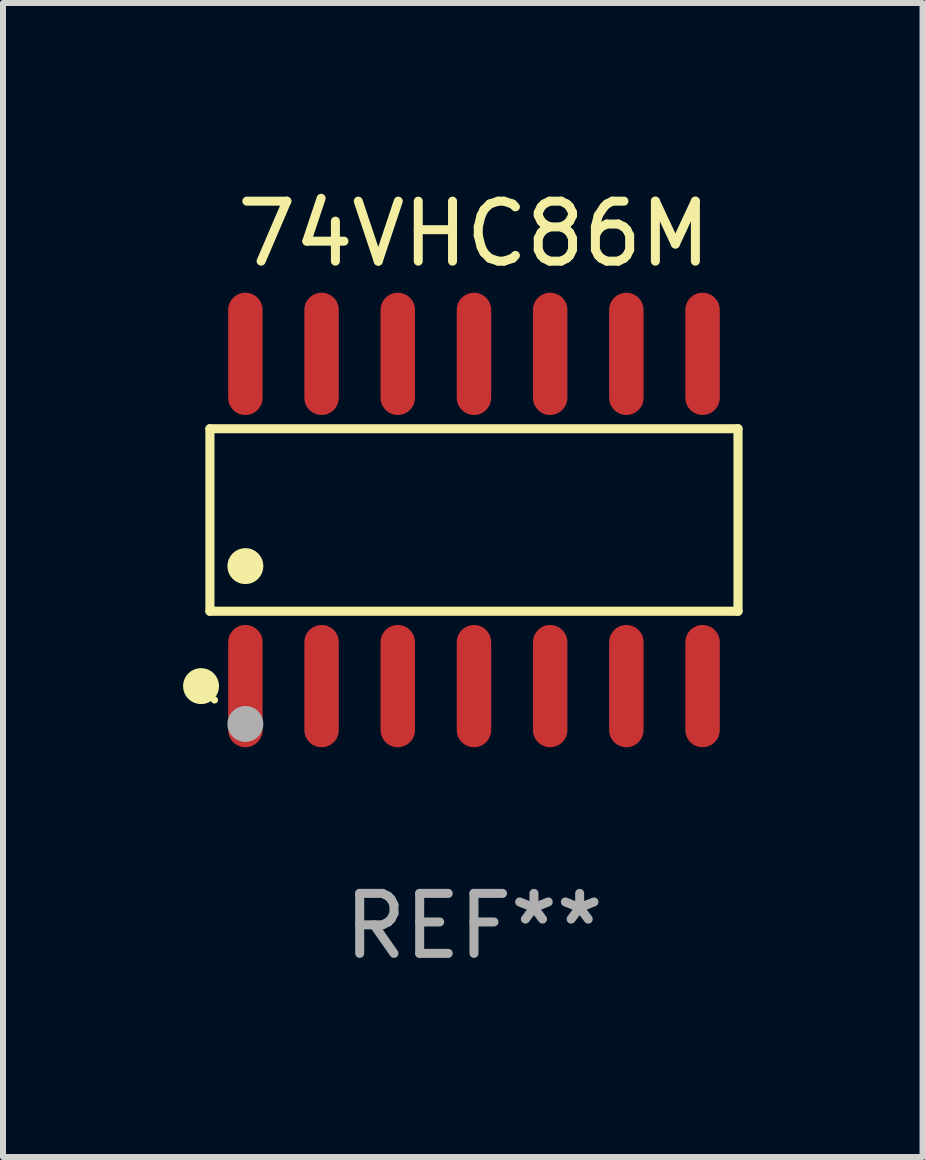
<source format=kicad_pcb>
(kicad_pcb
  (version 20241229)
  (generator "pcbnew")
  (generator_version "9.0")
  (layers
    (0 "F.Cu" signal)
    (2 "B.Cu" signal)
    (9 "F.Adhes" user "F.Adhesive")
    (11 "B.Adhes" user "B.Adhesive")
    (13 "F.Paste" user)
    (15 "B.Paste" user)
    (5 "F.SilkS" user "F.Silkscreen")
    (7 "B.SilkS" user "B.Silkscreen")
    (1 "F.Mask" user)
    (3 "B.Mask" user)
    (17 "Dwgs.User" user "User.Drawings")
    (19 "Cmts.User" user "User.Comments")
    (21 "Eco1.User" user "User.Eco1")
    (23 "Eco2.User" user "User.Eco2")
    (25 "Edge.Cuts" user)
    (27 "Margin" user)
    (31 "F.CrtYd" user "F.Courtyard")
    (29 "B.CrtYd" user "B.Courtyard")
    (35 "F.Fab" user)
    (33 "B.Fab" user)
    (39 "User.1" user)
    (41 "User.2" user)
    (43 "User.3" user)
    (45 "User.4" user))
  (footprint "74VHC86M"
    (layer "F.Cu")
    (at 4.85 5.617)
    (property "Reference" "74VHC86M" (at 0 -4.769 0) (layer "F.SilkS") (effects (font (size 1 1) (thickness 0.15))))
    (attr through_hole)
    (fp_line (start -4.401 -1.521) (end 4.401 -1.521) (stroke (width 0.152) (type solid)) (layer "F.SilkS"))
    (fp_line (start -4.401 1.521) (end -4.401 -1.521) (stroke (width 0.152) (type solid)) (layer "F.SilkS"))
    (fp_line (start 4.401 -1.521) (end 4.401 1.521) (stroke (width 0.152) (type solid)) (layer "F.SilkS"))
    (fp_line (start 4.401 1.521) (end -4.401 1.521) (stroke (width 0.152) (type solid)) (layer "F.SilkS"))
    (fp_circle (center -4.549 2.769) (end -4.399 2.769) (stroke (width 0.3) (type solid)) (fill no) (layer "F.SilkS"))
    (fp_circle (center -4.325 3) (end -4.295 3) (stroke (width 0.06) (type solid)) (fill no) (layer "F.SilkS"))
    (fp_circle (center -3.81 0.769) (end -3.66 0.769) (stroke (width 0.3) (type solid)) (fill no) (layer "F.SilkS"))
    (fp_circle (center -3.81 3.4) (end -3.66 3.4) (stroke (width 0.3) (type solid)) (fill no) (layer "F.Fab"))
    (fp_text user "REF**" (at 0 6.769 0) (layer "F.Fab") (effects (font (size 1 1) (thickness 0.15))))
    (pad "1" smd oval (at -3.81 2.769) (size 0.574 2.038) (layers "F.Cu" "F.Mask" "F.Paste"))
    (pad "2" smd oval (at -2.54 2.769) (size 0.574 2.038) (layers "F.Cu" "F.Mask" "F.Paste"))
    (pad "3" smd oval (at -1.27 2.769) (size 0.574 2.038) (layers "F.Cu" "F.Mask" "F.Paste"))
    (pad "4" smd oval (at 0 2.769) (size 0.574 2.038) (layers "F.Cu" "F.Mask" "F.Paste"))
    (pad "5" smd oval (at 1.27 2.769) (size 0.574 2.038) (layers "F.Cu" "F.Mask" "F.Paste"))
    (pad "6" smd oval (at 2.54 2.769) (size 0.574 2.038) (layers "F.Cu" "F.Mask" "F.Paste"))
    (pad "7" smd oval (at 3.81 2.769) (size 0.574 2.038) (layers "F.Cu" "F.Mask" "F.Paste"))
    (pad "8" smd oval (at 3.81 -2.769) (size 0.574 2.038) (layers "F.Cu" "F.Mask" "F.Paste"))
    (pad "9" smd oval (at 2.54 -2.769) (size 0.574 2.038) (layers "F.Cu" "F.Mask" "F.Paste"))
    (pad "10" smd oval (at 1.27 -2.769) (size 0.574 2.038) (layers "F.Cu" "F.Mask" "F.Paste"))
    (pad "11" smd oval (at 0 -2.769) (size 0.574 2.038) (layers "F.Cu" "F.Mask" "F.Paste"))
    (pad "12" smd oval (at -1.27 -2.769) (size 0.574 2.038) (layers "F.Cu" "F.Mask" "F.Paste"))
    (pad "13" smd oval (at -2.54 -2.769) (size 0.574 2.038) (layers "F.Cu" "F.Mask" "F.Paste"))
    (pad "14" smd oval (at -3.81 -2.769) (size 0.574 2.038) (layers "F.Cu" "F.Mask" "F.Paste")))
  (gr_rect
    (start -3 -3)
    (end 12.327 16.235)
    (stroke (width 0.1) (type default))
    (fill no)
    (layer "Edge.Cuts")))
</source>
